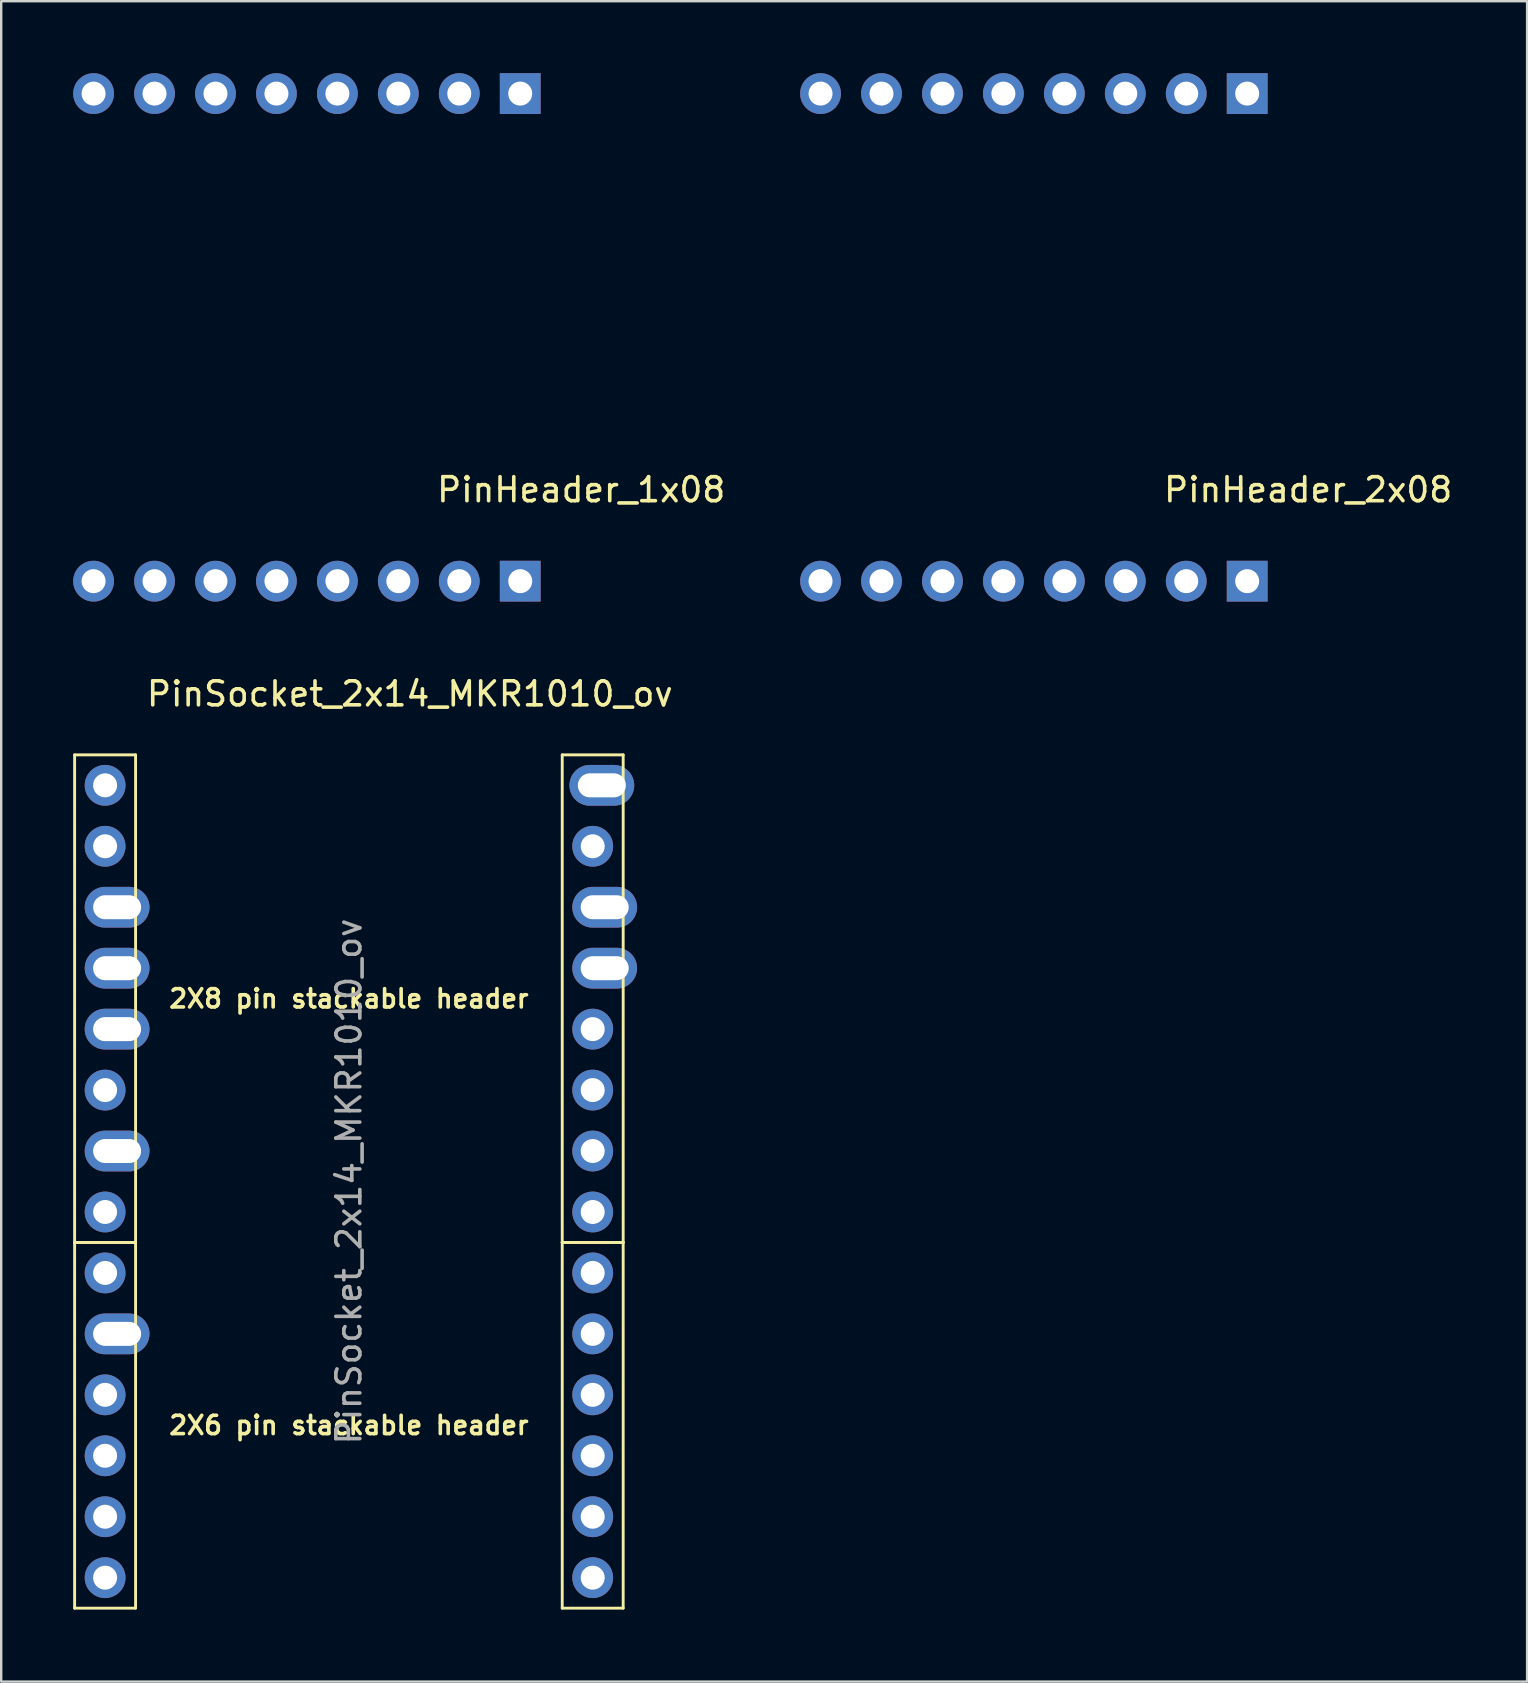
<source format=kicad_pcb>
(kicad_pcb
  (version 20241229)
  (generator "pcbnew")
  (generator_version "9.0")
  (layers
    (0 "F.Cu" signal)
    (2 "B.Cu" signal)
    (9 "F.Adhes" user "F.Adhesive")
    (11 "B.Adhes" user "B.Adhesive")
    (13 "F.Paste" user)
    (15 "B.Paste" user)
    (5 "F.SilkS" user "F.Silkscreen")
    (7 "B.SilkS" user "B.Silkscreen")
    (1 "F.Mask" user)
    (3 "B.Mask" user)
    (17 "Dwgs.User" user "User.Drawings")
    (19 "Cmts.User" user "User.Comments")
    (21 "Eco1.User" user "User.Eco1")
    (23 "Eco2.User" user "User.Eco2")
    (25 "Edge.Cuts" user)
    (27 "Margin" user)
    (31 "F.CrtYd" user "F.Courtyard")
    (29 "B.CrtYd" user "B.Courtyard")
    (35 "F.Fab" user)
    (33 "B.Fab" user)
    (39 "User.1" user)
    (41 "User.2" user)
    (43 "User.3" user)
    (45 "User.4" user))
  (footprint "PinSocket_2x14_MKR1010_ov"
    (layer "F.Cu")
    (at 11.49 46.188)
    (property "Reference" "PinSocket_2x14_MKR1010_ov" (at 2.54 -20.32 0) (layer "F.SilkS") (effects (font (size 1 1) (thickness 0.15))))
    (attr through_hole)
    (fp_line (start -11.43 -17.78) (end -8.89 -17.78) (stroke (width 0.12) (type solid)) (layer "F.SilkS"))
    (fp_line (start -11.43 2.54) (end -11.43 -17.78) (stroke (width 0.12) (type solid)) (layer "F.SilkS"))
    (fp_line (start -11.43 2.54) (end -8.89 2.54) (stroke (width 0.12) (type solid)) (layer "F.SilkS"))
    (fp_line (start -11.43 17.78) (end -11.43 2.54) (stroke (width 0.12) (type solid)) (layer "F.SilkS"))
    (fp_line (start -8.89 -17.78) (end -8.89 2.54) (stroke (width 0.12) (type solid)) (layer "F.SilkS"))
    (fp_line (start -8.89 2.54) (end -11.43 2.54) (stroke (width 0.12) (type solid)) (layer "F.SilkS"))
    (fp_line (start -8.89 2.54) (end -8.89 17.78) (stroke (width 0.12) (type solid)) (layer "F.SilkS"))
    (fp_line (start -8.89 17.78) (end -11.43 17.78) (stroke (width 0.12) (type solid)) (layer "F.SilkS"))
    (fp_line (start 8.89 -17.78) (end 11.43 -17.78) (stroke (width 0.12) (type solid)) (layer "F.SilkS"))
    (fp_line (start 8.89 2.54) (end 8.89 -17.78) (stroke (width 0.12) (type solid)) (layer "F.SilkS"))
    (fp_line (start 8.89 2.54) (end 11.43 2.54) (stroke (width 0.12) (type solid)) (layer "F.SilkS"))
    (fp_line (start 8.89 17.78) (end 8.89 2.54) (stroke (width 0.12) (type solid)) (layer "F.SilkS"))
    (fp_line (start 11.43 -17.78) (end 11.43 2.54) (stroke (width 0.12) (type solid)) (layer "F.SilkS"))
    (fp_line (start 11.43 2.54) (end 8.89 2.54) (stroke (width 0.12) (type solid)) (layer "F.SilkS"))
    (fp_line (start 11.43 2.54) (end 11.43 17.78) (stroke (width 0.12) (type solid)) (layer "F.SilkS"))
    (fp_line (start 11.43 17.78) (end 8.89 17.78) (stroke (width 0.12) (type solid)) (layer "F.SilkS"))
    (fp_text user "2X8 pin stackable header" (at 0 -7.62 0) (layer "F.SilkS") (effects (font (size 0.762 0.762) (thickness 0.15))))
    (fp_text user "2X6 pin stackable header" (at 0 10.16 0) (layer "F.SilkS") (effects (font (size 0.762 0.762) (thickness 0.15))))
    (fp_text user "${REFERENCE}" (at 0 0 90) (layer "F.Fab") (effects (font (size 1 1) (thickness 0.15))))
    (pad "+3V3" thru_hole oval (at 10.66 -11.43) (size 2.7 1.7) (drill oval 2 1) (layers "*.Cu" "*.Mask"))
    (pad "+5V" thru_hole oval (at 10.541 -16.51) (size 2.7 1.7) (drill oval 2 1) (layers "*.Cu" "*.Mask"))
    (pad "A0" thru_hole oval (at -10.16 -13.97) (size 1.7 1.7) (drill oval 1) (layers "*.Cu" "*.Mask"))
    (pad "A1" thru_hole oval (at -9.66 -11.43) (size 2.7 1.7) (drill oval 2 1) (layers "*.Cu" "*.Mask"))
    (pad "A2" thru_hole oval (at -9.66 -8.89) (size 2.7 1.7) (drill oval 2 1) (layers "*.Cu" "*.Mask"))
    (pad "A3" thru_hole oval (at -9.66 -6.35) (size 2.7 1.7) (drill oval 2 1) (layers "*.Cu" "*.Mask"))
    (pad "A4" thru_hole oval (at -10.16 -3.81) (size 1.7 1.7) (drill 1) (layers "*.Cu" "*.Mask"))
    (pad "A5" thru_hole oval (at -9.66 -1.27) (size 2.7 1.7) (drill oval 2 1) (layers "*.Cu" "*.Mask"))
    (pad "A6" thru_hole oval (at -10.16 1.27) (size 1.7 1.7) (drill 1) (layers "*.Cu" "*.Mask"))
    (pad "AREF" thru_hole oval (at -10.16 -16.51) (size 1.7 1.7) (drill 1) (layers "*.Cu" "*.Mask"))
    (pad "D0" thru_hole oval (at -10.16 3.81) (size 1.7 1.7) (drill 1) (layers "*.Cu" "*.Mask"))
    (pad "D1" thru_hole oval (at -9.66 6.35) (size 2.7 1.7) (drill oval 2 1) (layers "*.Cu" "*.Mask"))
    (pad "D2" thru_hole oval (at -10.16 8.89) (size 1.7 1.7) (drill 1) (layers "*.Cu" "*.Mask"))
    (pad "D3" thru_hole oval (at -10.16 11.43) (size 1.7 1.7) (drill 1) (layers "*.Cu" "*.Mask"))
    (pad "D4" thru_hole oval (at -10.16 13.97) (size 1.7 1.7) (drill 1) (layers "*.Cu" "*.Mask"))
    (pad "D5" thru_hole oval (at -10.16 16.51) (size 1.7 1.7) (drill 1) (layers "*.Cu" "*.Mask"))
    (pad "D6" thru_hole oval (at 10.16 16.51) (size 1.7 1.7) (drill 1) (layers "*.Cu" "*.Mask"))
    (pad "D7" thru_hole oval (at 10.16 13.97) (size 1.7 1.7) (drill 1) (layers "*.Cu" "*.Mask"))
    (pad "GND" thru_hole oval (at 10.66 -8.89) (size 2.7 1.7) (drill oval 2 1) (layers "*.Cu" "*.Mask"))
    (pad "MISO" thru_hole oval (at 10.16 6.35) (size 1.7 1.7) (drill 1) (layers "*.Cu" "*.Mask"))
    (pad "MOSI" thru_hole oval (at 10.16 11.43) (size 1.7 1.7) (drill 1) (layers "*.Cu" "*.Mask"))
    (pad "RESET" thru_hole oval (at 10.16 -6.35) (size 1.7 1.7) (drill 1) (layers "*.Cu" "*.Mask"))
    (pad "RX" thru_hole oval (at 10.16 -1.27) (size 1.7 1.7) (drill 1) (layers "*.Cu" "*.Mask"))
    (pad "SCK" thru_hole oval (at 10.16 8.89) (size 1.7 1.7) (drill 1) (layers "*.Cu" "*.Mask"))
    (pad "SCL" thru_hole oval (at 10.16 1.27) (size 1.7 1.7) (drill 1) (layers "*.Cu" "*.Mask"))
    (pad "SDA" thru_hole oval (at 10.16 3.81) (size 1.7 1.7) (drill 1) (layers "*.Cu" "*.Mask"))
    (pad "TX" thru_hole oval (at 10.16 -3.81) (size 1.7 1.7) (drill 1) (layers "*.Cu" "*.Mask"))
    (pad "VIN" thru_hole oval (at 10.16 -13.97) (size 1.7 1.7) (drill 1) (layers "*.Cu" "*.Mask")))
  (footprint "PinHeader_1x08"
    (layer "F.Cu")
    (at 18.63 21.17)
    (property "Reference" "PinHeader_1x08" (at 2.54 -3.81 0) (layer "F.SilkS") (effects (font (size 1 1) (thickness 0.15))))
    (attr through_hole)
    (pad "+5V" thru_hole rect (at 0 0 270) (size 1.7 1.7) (drill 1) (layers "*.Cu" "*.Mask"))
    (pad "3.3V" thru_hole oval (at -5.08 0 270) (size 1.7 1.7) (drill 1) (layers "*.Cu" "*.Mask"))
    (pad "A0" thru_hole oval (at -2.54 -20.32 270) (size 1.7 1.7) (drill 1) (layers "*.Cu" "*.Mask"))
    (pad "A1" thru_hole oval (at -5.08 -20.32 270) (size 1.7 1.7) (drill 1) (layers "*.Cu" "*.Mask"))
    (pad "A2" thru_hole oval (at -7.62 -20.32 270) (size 1.7 1.7) (drill 1) (layers "*.Cu" "*.Mask"))
    (pad "A3" thru_hole oval (at -10.16 -20.32 270) (size 1.7 1.7) (drill 1) (layers "*.Cu" "*.Mask"))
    (pad "A4" thru_hole oval (at -12.7 -20.32 270) (size 1.7 1.7) (drill 1) (layers "*.Cu" "*.Mask"))
    (pad "A5" thru_hole oval (at -15.24 -20.32 270) (size 1.7 1.7) (drill 1) (layers "*.Cu" "*.Mask"))
    (pad "A6" thru_hole oval (at -17.78 -20.32 270) (size 1.7 1.7) (drill 1) (layers "*.Cu" "*.Mask"))
    (pad "AREF" thru_hole rect (at 0 -20.32 270) (size 1.7 1.7) (drill 1) (layers "*.Cu" "*.Mask"))
    (pad "D12" thru_hole oval (at -17.78 0 270) (size 1.7 1.7) (drill 1) (layers "*.Cu" "*.Mask"))
    (pad "D13" thru_hole oval (at -15.24 0 270) (size 1.7 1.7) (drill 1) (layers "*.Cu" "*.Mask"))
    (pad "D14" thru_hole oval (at -12.7 0 270) (size 1.7 1.7) (drill 1) (layers "*.Cu" "*.Mask"))
    (pad "GND" thru_hole oval (at -7.62 0 270) (size 1.7 1.7) (drill 1) (layers "*.Cu" "*.Mask"))
    (pad "Reset" thru_hole oval (at -10.16 0 270) (size 1.7 1.7) (drill 1) (layers "*.Cu" "*.Mask"))
    (pad "VIN" thru_hole oval (at -2.54 0 270) (size 1.7 1.7) (drill 1) (layers "*.Cu" "*.Mask")))
  (footprint "PinHeader_2x08"
    (layer "F.Cu")
    (at 48.925 21.17)
    (property "Reference" "PinHeader_2x08" (at 2.54 -3.81 0) (layer "F.SilkS") (effects (font (size 1 1) (thickness 0.15))))
    (attr through_hole)
    (pad "+5V" thru_hole rect (at 0 0 270) (size 1.7 1.7) (drill 1) (layers "*.Cu" "*.Mask"))
    (pad "3.3V" thru_hole oval (at -5.08 0 270) (size 1.7 1.7) (drill 1) (layers "*.Cu" "*.Mask"))
    (pad "A0" thru_hole oval (at -2.54 -20.32 270) (size 1.7 1.7) (drill 1) (layers "*.Cu" "*.Mask"))
    (pad "A1" thru_hole oval (at -5.08 -20.32 270) (size 1.7 1.7) (drill 1) (layers "*.Cu" "*.Mask"))
    (pad "A2" thru_hole oval (at -7.62 -20.32 270) (size 1.7 1.7) (drill 1) (layers "*.Cu" "*.Mask"))
    (pad "A3" thru_hole oval (at -10.16 -20.32 270) (size 1.7 1.7) (drill 1) (layers "*.Cu" "*.Mask"))
    (pad "A4" thru_hole oval (at -12.7 -20.32 270) (size 1.7 1.7) (drill 1) (layers "*.Cu" "*.Mask"))
    (pad "A5" thru_hole oval (at -15.24 -20.32 270) (size 1.7 1.7) (drill 1) (layers "*.Cu" "*.Mask"))
    (pad "A6" thru_hole oval (at -17.78 -20.32 270) (size 1.7 1.7) (drill 1) (layers "*.Cu" "*.Mask"))
    (pad "AREF" thru_hole rect (at 0 -20.32 270) (size 1.7 1.7) (drill 1) (layers "*.Cu" "*.Mask"))
    (pad "D12" thru_hole oval (at -17.78 0 270) (size 1.7 1.7) (drill 1) (layers "*.Cu" "*.Mask"))
    (pad "D13" thru_hole oval (at -15.24 0 270) (size 1.7 1.7) (drill 1) (layers "*.Cu" "*.Mask"))
    (pad "D14" thru_hole oval (at -12.7 0 270) (size 1.7 1.7) (drill 1) (layers "*.Cu" "*.Mask"))
    (pad "GND" thru_hole oval (at -7.62 0 270) (size 1.7 1.7) (drill 1) (layers "*.Cu" "*.Mask"))
    (pad "Reset" thru_hole oval (at -10.16 0 270) (size 1.7 1.7) (drill 1) (layers "*.Cu" "*.Mask"))
    (pad "VIN" thru_hole oval (at -2.54 0 270) (size 1.7 1.7) (drill 1) (layers "*.Cu" "*.Mask")))
  (gr_rect
    (start -3 -3)
    (end 60.59 67.028)
    (stroke (width 0.1) (type default))
    (fill no)
    (layer "Edge.Cuts")))
</source>
